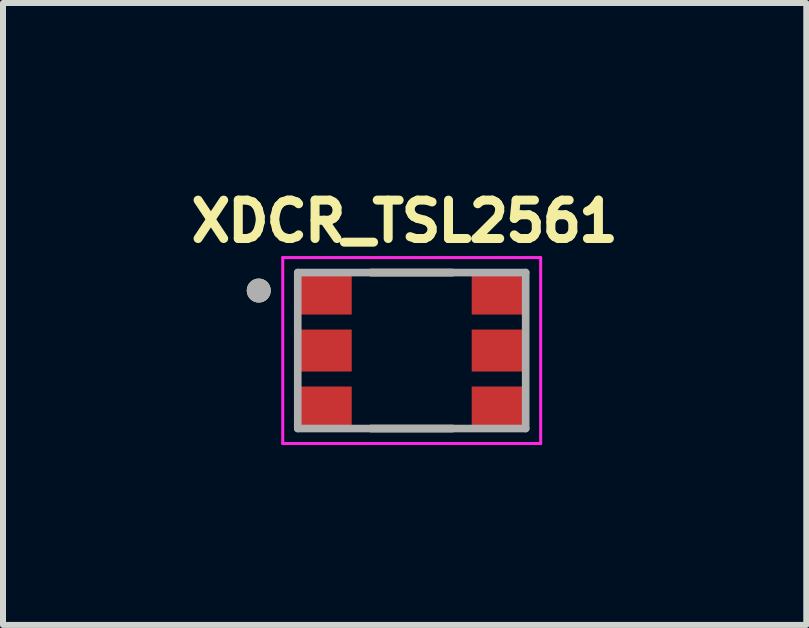
<source format=kicad_pcb>
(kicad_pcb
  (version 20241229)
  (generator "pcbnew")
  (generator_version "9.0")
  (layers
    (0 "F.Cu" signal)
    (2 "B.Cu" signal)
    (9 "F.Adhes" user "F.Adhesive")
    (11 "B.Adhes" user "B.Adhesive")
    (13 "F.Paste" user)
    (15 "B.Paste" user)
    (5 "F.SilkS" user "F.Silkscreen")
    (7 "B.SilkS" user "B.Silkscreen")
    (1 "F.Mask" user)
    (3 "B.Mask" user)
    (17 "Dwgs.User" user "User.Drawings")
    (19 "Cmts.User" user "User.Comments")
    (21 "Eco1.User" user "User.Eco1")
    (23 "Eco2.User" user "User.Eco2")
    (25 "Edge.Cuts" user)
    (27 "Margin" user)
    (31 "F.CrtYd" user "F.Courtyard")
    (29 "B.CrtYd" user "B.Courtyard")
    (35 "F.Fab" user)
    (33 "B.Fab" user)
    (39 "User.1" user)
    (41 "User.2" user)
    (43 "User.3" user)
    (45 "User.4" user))
  (footprint "XDCR_TSL2561"
    (layer "F.Cu")
    (at 3.814 2.794)
    (property "Reference" "XDCR_TSL2561" (at -0.118 -2.156 0) (layer "F.SilkS") (effects (font (size 0.64 0.64) (thickness 0.15))))
    (attr through_hole)
    (fp_line (start -0.68 -1.3) (end 0.68 -1.3) (stroke (width 0.127) (type solid)) (layer "F.SilkS"))
    (fp_line (start 0.68 1.3) (end -0.68 1.3) (stroke (width 0.127) (type solid)) (layer "F.SilkS"))
    (fp_circle (center -2.55 -1) (end -2.45 -1) (stroke (width 0.2) (type solid)) (fill no) (layer "F.SilkS"))
    (fp_line (start -2.15 -1.55) (end -2.15 1.55) (stroke (width 0.05) (type solid)) (layer "F.CrtYd"))
    (fp_line (start -2.15 1.55) (end 2.15 1.55) (stroke (width 0.05) (type solid)) (layer "F.CrtYd"))
    (fp_line (start 2.15 -1.55) (end -2.15 -1.55) (stroke (width 0.05) (type solid)) (layer "F.CrtYd"))
    (fp_line (start 2.15 1.55) (end 2.15 -1.55) (stroke (width 0.05) (type solid)) (layer "F.CrtYd"))
    (fp_line (start -1.9 -1.3) (end 1.9 -1.3) (stroke (width 0.127) (type solid)) (layer "F.Fab"))
    (fp_line (start -1.9 1.3) (end -1.9 -1.3) (stroke (width 0.127) (type solid)) (layer "F.Fab"))
    (fp_line (start 1.9 -1.3) (end 1.9 1.3) (stroke (width 0.127) (type solid)) (layer "F.Fab"))
    (fp_line (start 1.9 1.3) (end -1.9 1.3) (stroke (width 0.127) (type solid)) (layer "F.Fab"))
    (fp_circle (center -2.55 -1) (end -2.45 -1) (stroke (width 0.2) (type solid)) (fill no) (layer "F.Fab"))
    (pad "1" smd rect (at -1.45 -0.95) (size 0.9 0.7) (layers "F.Cu" "F.Mask" "F.Paste"))
    (pad "2" smd rect (at -1.45 0) (size 0.9 0.7) (layers "F.Cu" "F.Mask" "F.Paste"))
    (pad "3" smd rect (at -1.45 0.95) (size 0.9 0.7) (layers "F.Cu" "F.Mask" "F.Paste"))
    (pad "4" smd rect (at 1.45 0.95) (size 0.9 0.7) (layers "F.Cu" "F.Mask" "F.Paste"))
    (pad "5" smd rect (at 1.45 0) (size 0.9 0.7) (layers "F.Cu" "F.Mask" "F.Paste"))
    (pad "6" smd rect (at 1.45 -0.95) (size 0.9 0.7) (layers "F.Cu" "F.Mask" "F.Paste")))
  (gr_rect
    (start -3 -3)
    (end 10.392 7.369)
    (stroke (width 0.1) (type default))
    (fill no)
    (layer "Edge.Cuts")))
</source>
